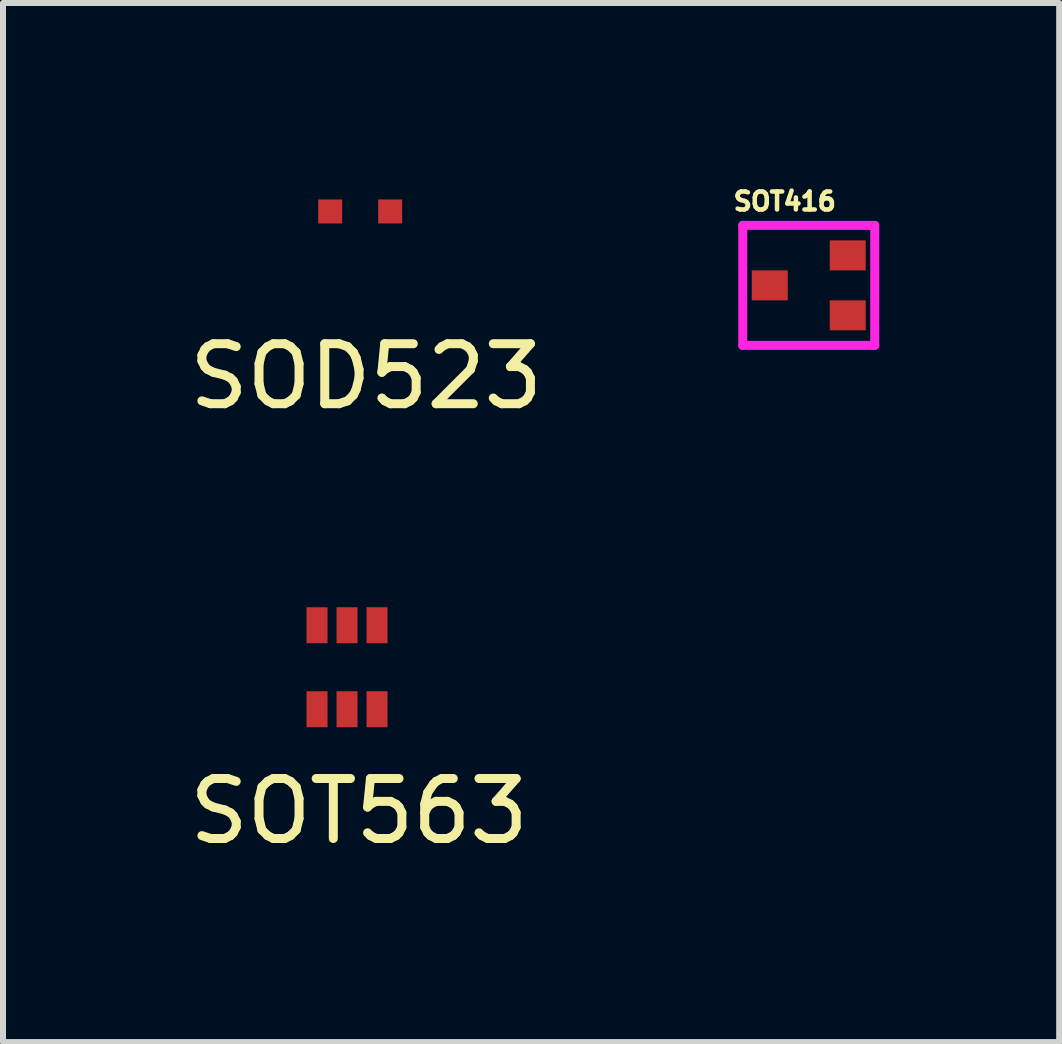
<source format=kicad_pcb>
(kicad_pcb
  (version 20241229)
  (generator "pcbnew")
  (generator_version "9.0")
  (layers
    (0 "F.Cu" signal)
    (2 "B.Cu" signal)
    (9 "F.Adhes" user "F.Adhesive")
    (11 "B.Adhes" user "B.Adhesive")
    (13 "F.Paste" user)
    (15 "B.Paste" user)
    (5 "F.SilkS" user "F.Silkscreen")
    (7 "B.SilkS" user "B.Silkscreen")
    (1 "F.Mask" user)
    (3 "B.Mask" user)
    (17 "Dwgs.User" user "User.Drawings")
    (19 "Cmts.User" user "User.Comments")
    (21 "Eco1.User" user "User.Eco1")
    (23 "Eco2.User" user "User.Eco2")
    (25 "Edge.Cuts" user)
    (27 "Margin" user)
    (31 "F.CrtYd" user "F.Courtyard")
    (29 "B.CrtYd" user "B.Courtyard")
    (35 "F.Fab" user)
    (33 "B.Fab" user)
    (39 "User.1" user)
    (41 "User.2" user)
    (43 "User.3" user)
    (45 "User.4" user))
  (footprint "SOT563"
    (layer "F.Cu")
    (at 2.735 8.073)
    (property "Reference" "SOT563" (at 0.2 2.4 0) (layer "F.SilkS") (effects (font (size 1 1) (thickness 0.15))))
    (attr through_hole)
    (pad "1" smd rect (at -0.5 0.7) (size 0.35 0.6) (layers "F.Cu" "F.Mask" "F.Paste"))
    (pad "2" smd rect (at 0 0.7) (size 0.35 0.6) (layers "F.Cu" "F.Mask" "F.Paste"))
    (pad "3" smd rect (at 0.5 0.7) (size 0.35 0.6) (layers "F.Cu" "F.Mask" "F.Paste"))
    (pad "4" smd rect (at 0.5 -0.7) (size 0.35 0.6) (layers "F.Cu" "F.Mask" "F.Paste"))
    (pad "5" smd rect (at 0 -0.7) (size 0.35 0.6) (layers "F.Cu" "F.Mask" "F.Paste"))
    (pad "6" smd rect (at -0.5 -0.7) (size 0.35 0.6) (layers "F.Cu" "F.Mask" "F.Paste")))
  (footprint "SOD523"
    (layer "F.Cu")
    (at 2.954 0.475)
    (property "Reference" "SOD523" (at 0.1 2.75 0) (layer "F.SilkS") (effects (font (size 1 1) (thickness 0.15))))
    (attr through_hole)
    (fp_line (start -0.7 -0.4) (end -0.7 0.4) (stroke (width 0.15) (type solid)) (layer "B.Paste"))
    (fp_line (start -0.7 0.4) (end 0.7 0.4) (stroke (width 0.15) (type solid)) (layer "B.Paste"))
    (fp_line (start -0.15 -0.25) (end -0.15 0.25) (stroke (width 0.15) (type solid)) (layer "B.Paste"))
    (fp_line (start -0.15 0) (end 0.15 -0.25) (stroke (width 0.15) (type solid)) (layer "B.Paste"))
    (fp_line (start 0.15 -0.25) (end 0.15 0.25) (stroke (width 0.15) (type solid)) (layer "B.Paste"))
    (fp_line (start 0.15 0.25) (end -0.15 0) (stroke (width 0.15) (type solid)) (layer "B.Paste"))
    (fp_line (start 0.7 -0.4) (end -0.7 -0.4) (stroke (width 0.15) (type solid)) (layer "B.Paste"))
    (fp_line (start 0.7 0.4) (end 0.7 -0.4) (stroke (width 0.15) (type solid)) (layer "B.Paste"))
    (pad "1" smd rect (at -0.5 0) (size 0.4 0.4) (layers "F.Cu" "F.Mask" "F.Paste"))
    (pad "2" smd rect (at 0.5 0) (size 0.4 0.4) (layers "F.Cu" "F.Mask" "F.Paste")))
  (footprint "SOT416"
    (layer "F.Cu")
    (at 10.432 1.707)
    (property "Reference" "SOT416" (at -0.4 -1.4 0) (layer "F.SilkS") (effects (font (size 0.3 0.3) (thickness 0.075))))
    (attr through_hole)
    (fp_line (start -1.1 -1) (end 1.1 -1) (stroke (width 0.15) (type solid)) (layer "F.CrtYd"))
    (fp_line (start -1.1 1) (end -1.1 -1) (stroke (width 0.15) (type solid)) (layer "F.CrtYd"))
    (fp_line (start 1.1 -1) (end 1.1 1) (stroke (width 0.15) (type solid)) (layer "F.CrtYd"))
    (fp_line (start 1.1 1) (end -1.1 1) (stroke (width 0.15) (type solid)) (layer "F.CrtYd"))
    (pad "1" smd rect (at 0.65 0.5) (size 0.6 0.5) (layers "F.Cu" "F.Mask" "F.Paste"))
    (pad "2" smd rect (at 0.65 -0.5) (size 0.6 0.5) (layers "F.Cu" "F.Mask" "F.Paste"))
    (pad "3" smd rect (at -0.65 0) (size 0.6 0.5) (layers "F.Cu" "F.Mask" "F.Paste")))
  (gr_rect
    (start -3 -3)
    (end 14.607 14.322)
    (stroke (width 0.1) (type default))
    (fill no)
    (layer "Edge.Cuts")))
</source>
